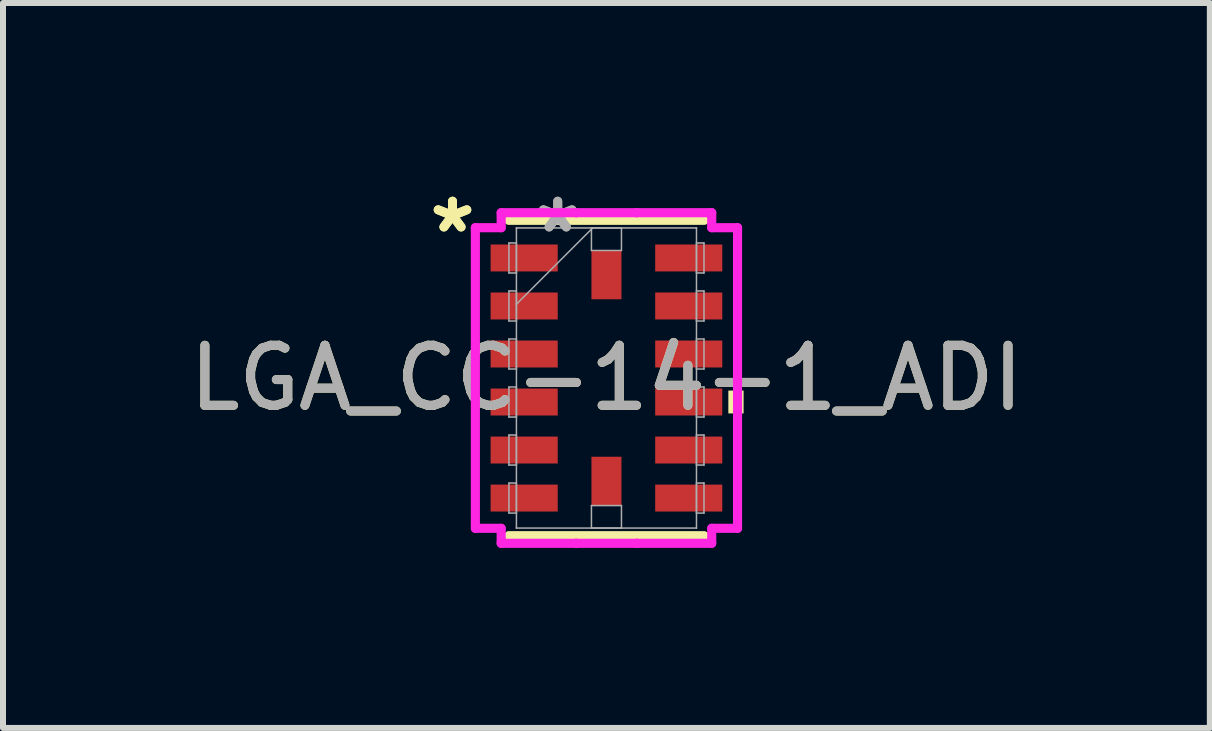
<source format=kicad_pcb>
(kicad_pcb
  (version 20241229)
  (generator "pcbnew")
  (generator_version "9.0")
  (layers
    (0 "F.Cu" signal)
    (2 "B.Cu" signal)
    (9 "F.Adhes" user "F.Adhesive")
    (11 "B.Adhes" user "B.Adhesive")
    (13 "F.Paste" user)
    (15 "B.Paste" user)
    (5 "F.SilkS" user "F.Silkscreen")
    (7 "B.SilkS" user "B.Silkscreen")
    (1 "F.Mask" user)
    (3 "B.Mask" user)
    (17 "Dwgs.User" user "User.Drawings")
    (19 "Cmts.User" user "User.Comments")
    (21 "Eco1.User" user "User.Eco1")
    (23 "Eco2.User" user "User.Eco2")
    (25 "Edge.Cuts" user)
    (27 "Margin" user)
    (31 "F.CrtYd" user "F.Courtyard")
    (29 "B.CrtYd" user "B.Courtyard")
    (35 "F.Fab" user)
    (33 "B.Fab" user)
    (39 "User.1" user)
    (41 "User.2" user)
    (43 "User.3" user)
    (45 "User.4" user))
  (footprint "LGA_CC-14-1_ADI"
    (layer "F.Cu")
    (at 7.054 3.248)
    (property "Reference" "LGA_CC-14-1_ADI" (at 0 0 0) (unlocked yes) (layer "F.SilkS") (effects (font (size 1 1) (thickness 0.15))))
    (attr smd)
    (fp_line (start -1.627 2.627) (end 1.627 2.627) (stroke (width 0.152) (type solid)) (layer "F.SilkS"))
    (fp_line (start 1.627 -2.627) (end -1.627 -2.627) (stroke (width 0.152) (type solid)) (layer "F.SilkS"))
    (fp_poly (pts (xy 2.285 0.209) (xy 2.285 0.59) (xy 2.031 0.59) (xy 2.031 0.209)) (stroke (width 0) (type solid)) (fill yes) (layer "F.SilkS"))
    (fp_line (start -2.184 -2.504) (end -1.754 -2.504) (stroke (width 0.152) (type solid)) (layer "F.CrtYd"))
    (fp_line (start -2.184 2.504) (end -2.184 -2.504) (stroke (width 0.152) (type solid)) (layer "F.CrtYd"))
    (fp_line (start -1.754 -2.754) (end -0.504 -2.754) (stroke (width 0.152) (type solid)) (layer "F.CrtYd"))
    (fp_line (start -1.754 -2.504) (end -1.754 -2.754) (stroke (width 0.152) (type solid)) (layer "F.CrtYd"))
    (fp_line (start -1.754 2.504) (end -2.184 2.504) (stroke (width 0.152) (type solid)) (layer "F.CrtYd"))
    (fp_line (start -1.754 2.754) (end -1.754 2.504) (stroke (width 0.152) (type solid)) (layer "F.CrtYd"))
    (fp_line (start -0.504 -2.754) (end -0.504 -2.754) (stroke (width 0.152) (type solid)) (layer "F.CrtYd"))
    (fp_line (start -0.504 -2.754) (end 0.504 -2.754) (stroke (width 0.152) (type solid)) (layer "F.CrtYd"))
    (fp_line (start -0.504 2.754) (end -1.754 2.754) (stroke (width 0.152) (type solid)) (layer "F.CrtYd"))
    (fp_line (start -0.504 2.754) (end -0.504 2.754) (stroke (width 0.152) (type solid)) (layer "F.CrtYd"))
    (fp_line (start 0.504 -2.754) (end 0.504 -2.754) (stroke (width 0.152) (type solid)) (layer "F.CrtYd"))
    (fp_line (start 0.504 -2.754) (end 1.754 -2.754) (stroke (width 0.152) (type solid)) (layer "F.CrtYd"))
    (fp_line (start 0.504 2.754) (end -0.504 2.754) (stroke (width 0.152) (type solid)) (layer "F.CrtYd"))
    (fp_line (start 0.504 2.754) (end 0.504 2.754) (stroke (width 0.152) (type solid)) (layer "F.CrtYd"))
    (fp_line (start 1.754 -2.754) (end 1.754 -2.504) (stroke (width 0.152) (type solid)) (layer "F.CrtYd"))
    (fp_line (start 1.754 -2.504) (end 2.184 -2.504) (stroke (width 0.152) (type solid)) (layer "F.CrtYd"))
    (fp_line (start 1.754 2.504) (end 1.754 2.754) (stroke (width 0.152) (type solid)) (layer "F.CrtYd"))
    (fp_line (start 1.754 2.754) (end 0.504 2.754) (stroke (width 0.152) (type solid)) (layer "F.CrtYd"))
    (fp_line (start 2.184 -2.504) (end 2.184 2.504) (stroke (width 0.152) (type solid)) (layer "F.CrtYd"))
    (fp_line (start 2.184 2.504) (end 1.754 2.504) (stroke (width 0.152) (type solid)) (layer "F.CrtYd"))
    (fp_line (start -1.625 -2.25) (end -1.625 -1.75) (stroke (width 0.025) (type solid)) (layer "F.Fab"))
    (fp_line (start -1.625 -1.75) (end -1.5 -1.75) (stroke (width 0.025) (type solid)) (layer "F.Fab"))
    (fp_line (start -1.625 -1.45) (end -1.625 -0.95) (stroke (width 0.025) (type solid)) (layer "F.Fab"))
    (fp_line (start -1.625 -0.95) (end -1.5 -0.95) (stroke (width 0.025) (type solid)) (layer "F.Fab"))
    (fp_line (start -1.625 -0.65) (end -1.625 -0.15) (stroke (width 0.025) (type solid)) (layer "F.Fab"))
    (fp_line (start -1.625 -0.15) (end -1.5 -0.15) (stroke (width 0.025) (type solid)) (layer "F.Fab"))
    (fp_line (start -1.625 0.15) (end -1.625 0.65) (stroke (width 0.025) (type solid)) (layer "F.Fab"))
    (fp_line (start -1.625 0.65) (end -1.5 0.65) (stroke (width 0.025) (type solid)) (layer "F.Fab"))
    (fp_line (start -1.625 0.95) (end -1.625 1.45) (stroke (width 0.025) (type solid)) (layer "F.Fab"))
    (fp_line (start -1.625 1.45) (end -1.5 1.45) (stroke (width 0.025) (type solid)) (layer "F.Fab"))
    (fp_line (start -1.625 1.75) (end -1.625 2.25) (stroke (width 0.025) (type solid)) (layer "F.Fab"))
    (fp_line (start -1.625 2.25) (end -1.5 2.25) (stroke (width 0.025) (type solid)) (layer "F.Fab"))
    (fp_line (start -1.5 -2.5) (end -1.5 -2.5) (stroke (width 0.025) (type solid)) (layer "F.Fab"))
    (fp_line (start -1.5 -2.5) (end -1.5 2.5) (stroke (width 0.025) (type solid)) (layer "F.Fab"))
    (fp_line (start -1.5 -2.25) (end -1.625 -2.25) (stroke (width 0.025) (type solid)) (layer "F.Fab"))
    (fp_line (start -1.5 -1.75) (end -1.5 -2.25) (stroke (width 0.025) (type solid)) (layer "F.Fab"))
    (fp_line (start -1.5 -1.45) (end -1.625 -1.45) (stroke (width 0.025) (type solid)) (layer "F.Fab"))
    (fp_line (start -1.5 -1.23) (end -0.23 -2.5) (stroke (width 0.025) (type solid)) (layer "F.Fab"))
    (fp_line (start -1.5 -0.95) (end -1.5 -1.45) (stroke (width 0.025) (type solid)) (layer "F.Fab"))
    (fp_line (start -1.5 -0.65) (end -1.625 -0.65) (stroke (width 0.025) (type solid)) (layer "F.Fab"))
    (fp_line (start -1.5 -0.15) (end -1.5 -0.65) (stroke (width 0.025) (type solid)) (layer "F.Fab"))
    (fp_line (start -1.5 0.15) (end -1.625 0.15) (stroke (width 0.025) (type solid)) (layer "F.Fab"))
    (fp_line (start -1.5 0.65) (end -1.5 0.15) (stroke (width 0.025) (type solid)) (layer "F.Fab"))
    (fp_line (start -1.5 0.95) (end -1.625 0.95) (stroke (width 0.025) (type solid)) (layer "F.Fab"))
    (fp_line (start -1.5 1.45) (end -1.5 0.95) (stroke (width 0.025) (type solid)) (layer "F.Fab"))
    (fp_line (start -1.5 1.75) (end -1.625 1.75) (stroke (width 0.025) (type solid)) (layer "F.Fab"))
    (fp_line (start -1.5 2.25) (end -1.5 1.75) (stroke (width 0.025) (type solid)) (layer "F.Fab"))
    (fp_line (start -1.5 2.5) (end -1.5 2.5) (stroke (width 0.025) (type solid)) (layer "F.Fab"))
    (fp_line (start -1.5 2.5) (end 1.5 2.5) (stroke (width 0.025) (type solid)) (layer "F.Fab"))
    (fp_line (start -0.25 -2.5) (end 0.25 -2.5) (stroke (width 0.025) (type solid)) (layer "F.Fab"))
    (fp_line (start -0.25 -2.125) (end -0.25 -2.5) (stroke (width 0.025) (type solid)) (layer "F.Fab"))
    (fp_line (start -0.25 2.125) (end 0.25 2.125) (stroke (width 0.025) (type solid)) (layer "F.Fab"))
    (fp_line (start -0.25 2.5) (end -0.25 2.125) (stroke (width 0.025) (type solid)) (layer "F.Fab"))
    (fp_line (start 0.25 -2.5) (end 0.25 -2.125) (stroke (width 0.025) (type solid)) (layer "F.Fab"))
    (fp_line (start 0.25 -2.125) (end -0.25 -2.125) (stroke (width 0.025) (type solid)) (layer "F.Fab"))
    (fp_line (start 0.25 2.125) (end 0.25 2.5) (stroke (width 0.025) (type solid)) (layer "F.Fab"))
    (fp_line (start 0.25 2.5) (end -0.25 2.5) (stroke (width 0.025) (type solid)) (layer "F.Fab"))
    (fp_line (start 1.5 -2.5) (end -1.5 -2.5) (stroke (width 0.025) (type solid)) (layer "F.Fab"))
    (fp_line (start 1.5 -2.5) (end 1.5 -2.5) (stroke (width 0.025) (type solid)) (layer "F.Fab"))
    (fp_line (start 1.5 -2.25) (end 1.5 -1.75) (stroke (width 0.025) (type solid)) (layer "F.Fab"))
    (fp_line (start 1.5 -1.75) (end 1.625 -1.75) (stroke (width 0.025) (type solid)) (layer "F.Fab"))
    (fp_line (start 1.5 -1.45) (end 1.5 -0.95) (stroke (width 0.025) (type solid)) (layer "F.Fab"))
    (fp_line (start 1.5 -0.95) (end 1.625 -0.95) (stroke (width 0.025) (type solid)) (layer "F.Fab"))
    (fp_line (start 1.5 -0.65) (end 1.5 -0.15) (stroke (width 0.025) (type solid)) (layer "F.Fab"))
    (fp_line (start 1.5 -0.15) (end 1.625 -0.15) (stroke (width 0.025) (type solid)) (layer "F.Fab"))
    (fp_line (start 1.5 0.15) (end 1.5 0.65) (stroke (width 0.025) (type solid)) (layer "F.Fab"))
    (fp_line (start 1.5 0.65) (end 1.625 0.65) (stroke (width 0.025) (type solid)) (layer "F.Fab"))
    (fp_line (start 1.5 0.95) (end 1.5 1.45) (stroke (width 0.025) (type solid)) (layer "F.Fab"))
    (fp_line (start 1.5 1.45) (end 1.625 1.45) (stroke (width 0.025) (type solid)) (layer "F.Fab"))
    (fp_line (start 1.5 1.75) (end 1.5 2.25) (stroke (width 0.025) (type solid)) (layer "F.Fab"))
    (fp_line (start 1.5 2.25) (end 1.625 2.25) (stroke (width 0.025) (type solid)) (layer "F.Fab"))
    (fp_line (start 1.5 2.5) (end 1.5 -2.5) (stroke (width 0.025) (type solid)) (layer "F.Fab"))
    (fp_line (start 1.5 2.5) (end 1.5 2.5) (stroke (width 0.025) (type solid)) (layer "F.Fab"))
    (fp_line (start 1.625 -2.25) (end 1.5 -2.25) (stroke (width 0.025) (type solid)) (layer "F.Fab"))
    (fp_line (start 1.625 -1.75) (end 1.625 -2.25) (stroke (width 0.025) (type solid)) (layer "F.Fab"))
    (fp_line (start 1.625 -1.45) (end 1.5 -1.45) (stroke (width 0.025) (type solid)) (layer "F.Fab"))
    (fp_line (start 1.625 -0.95) (end 1.625 -1.45) (stroke (width 0.025) (type solid)) (layer "F.Fab"))
    (fp_line (start 1.625 -0.65) (end 1.5 -0.65) (stroke (width 0.025) (type solid)) (layer "F.Fab"))
    (fp_line (start 1.625 -0.15) (end 1.625 -0.65) (stroke (width 0.025) (type solid)) (layer "F.Fab"))
    (fp_line (start 1.625 0.15) (end 1.5 0.15) (stroke (width 0.025) (type solid)) (layer "F.Fab"))
    (fp_line (start 1.625 0.65) (end 1.625 0.15) (stroke (width 0.025) (type solid)) (layer "F.Fab"))
    (fp_line (start 1.625 0.95) (end 1.5 0.95) (stroke (width 0.025) (type solid)) (layer "F.Fab"))
    (fp_line (start 1.625 1.45) (end 1.625 0.95) (stroke (width 0.025) (type solid)) (layer "F.Fab"))
    (fp_line (start 1.625 1.75) (end 1.5 1.75) (stroke (width 0.025) (type solid)) (layer "F.Fab"))
    (fp_line (start 1.625 2.25) (end 1.625 1.75) (stroke (width 0.025) (type solid)) (layer "F.Fab"))
    (fp_text user "*" (at -2.565 -2.4 0) (unlocked yes) (layer "F.SilkS") (effects (font (size 1 1) (thickness 0.15))))
    (fp_text user "*" (at -2.565 -2.4 0) (layer "F.SilkS") (effects (font (size 1 1) (thickness 0.15))))
    (fp_text user "${REFERENCE}" (at 0 0 0) (unlocked yes) (layer "F.Fab") (effects (font (size 1 1) (thickness 0.15))))
    (fp_text user "*" (at -0.812 -2.4 0) (layer "F.Fab") (effects (font (size 1 1) (thickness 0.15))))
    (fp_text user "*" (at -0.812 -2.4 0) (unlocked yes) (layer "F.Fab") (effects (font (size 1 1) (thickness 0.15))))
    (pad "1" smd rect (at -1.371 -2 90) (size 0.449 1.118) (layers "F.Cu" "F.Mask" "F.Paste"))
    (pad "2" smd rect (at -1.371 -1.2 90) (size 0.449 1.118) (layers "F.Cu" "F.Mask" "F.Paste"))
    (pad "3" smd rect (at -1.371 -0.4 90) (size 0.449 1.118) (layers "F.Cu" "F.Mask" "F.Paste"))
    (pad "4" smd rect (at -1.371 0.4 90) (size 0.449 1.118) (layers "F.Cu" "F.Mask" "F.Paste"))
    (pad "5" smd rect (at -1.371 1.2 90) (size 0.449 1.118) (layers "F.Cu" "F.Mask" "F.Paste"))
    (pad "6" smd rect (at -1.371 2 90) (size 0.449 1.118) (layers "F.Cu" "F.Mask" "F.Paste"))
    (pad "7" smd rect (at 0 1.718) (size 0.5 0.813) (layers "F.Cu" "F.Mask" "F.Paste"))
    (pad "8" smd rect (at 1.371 2 90) (size 0.449 1.118) (layers "F.Cu" "F.Mask" "F.Paste"))
    (pad "9" smd rect (at 1.371 1.2 90) (size 0.449 1.118) (layers "F.Cu" "F.Mask" "F.Paste"))
    (pad "10" smd rect (at 1.371 0.4 90) (size 0.449 1.118) (layers "F.Cu" "F.Mask" "F.Paste"))
    (pad "11" smd rect (at 1.371 -0.4 90) (size 0.449 1.118) (layers "F.Cu" "F.Mask" "F.Paste"))
    (pad "12" smd rect (at 1.371 -1.2 90) (size 0.449 1.118) (layers "F.Cu" "F.Mask" "F.Paste"))
    (pad "13" smd rect (at 1.371 -2 90) (size 0.449 1.118) (layers "F.Cu" "F.Mask" "F.Paste"))
    (pad "14" smd rect (at 0 -1.718) (size 0.5 0.813) (layers "F.Cu" "F.Mask" "F.Paste")))
  (gr_rect
    (start -3 -3)
    (end 17.107 9.078)
    (stroke (width 0.1) (type default))
    (fill no)
    (layer "Edge.Cuts")))
</source>
